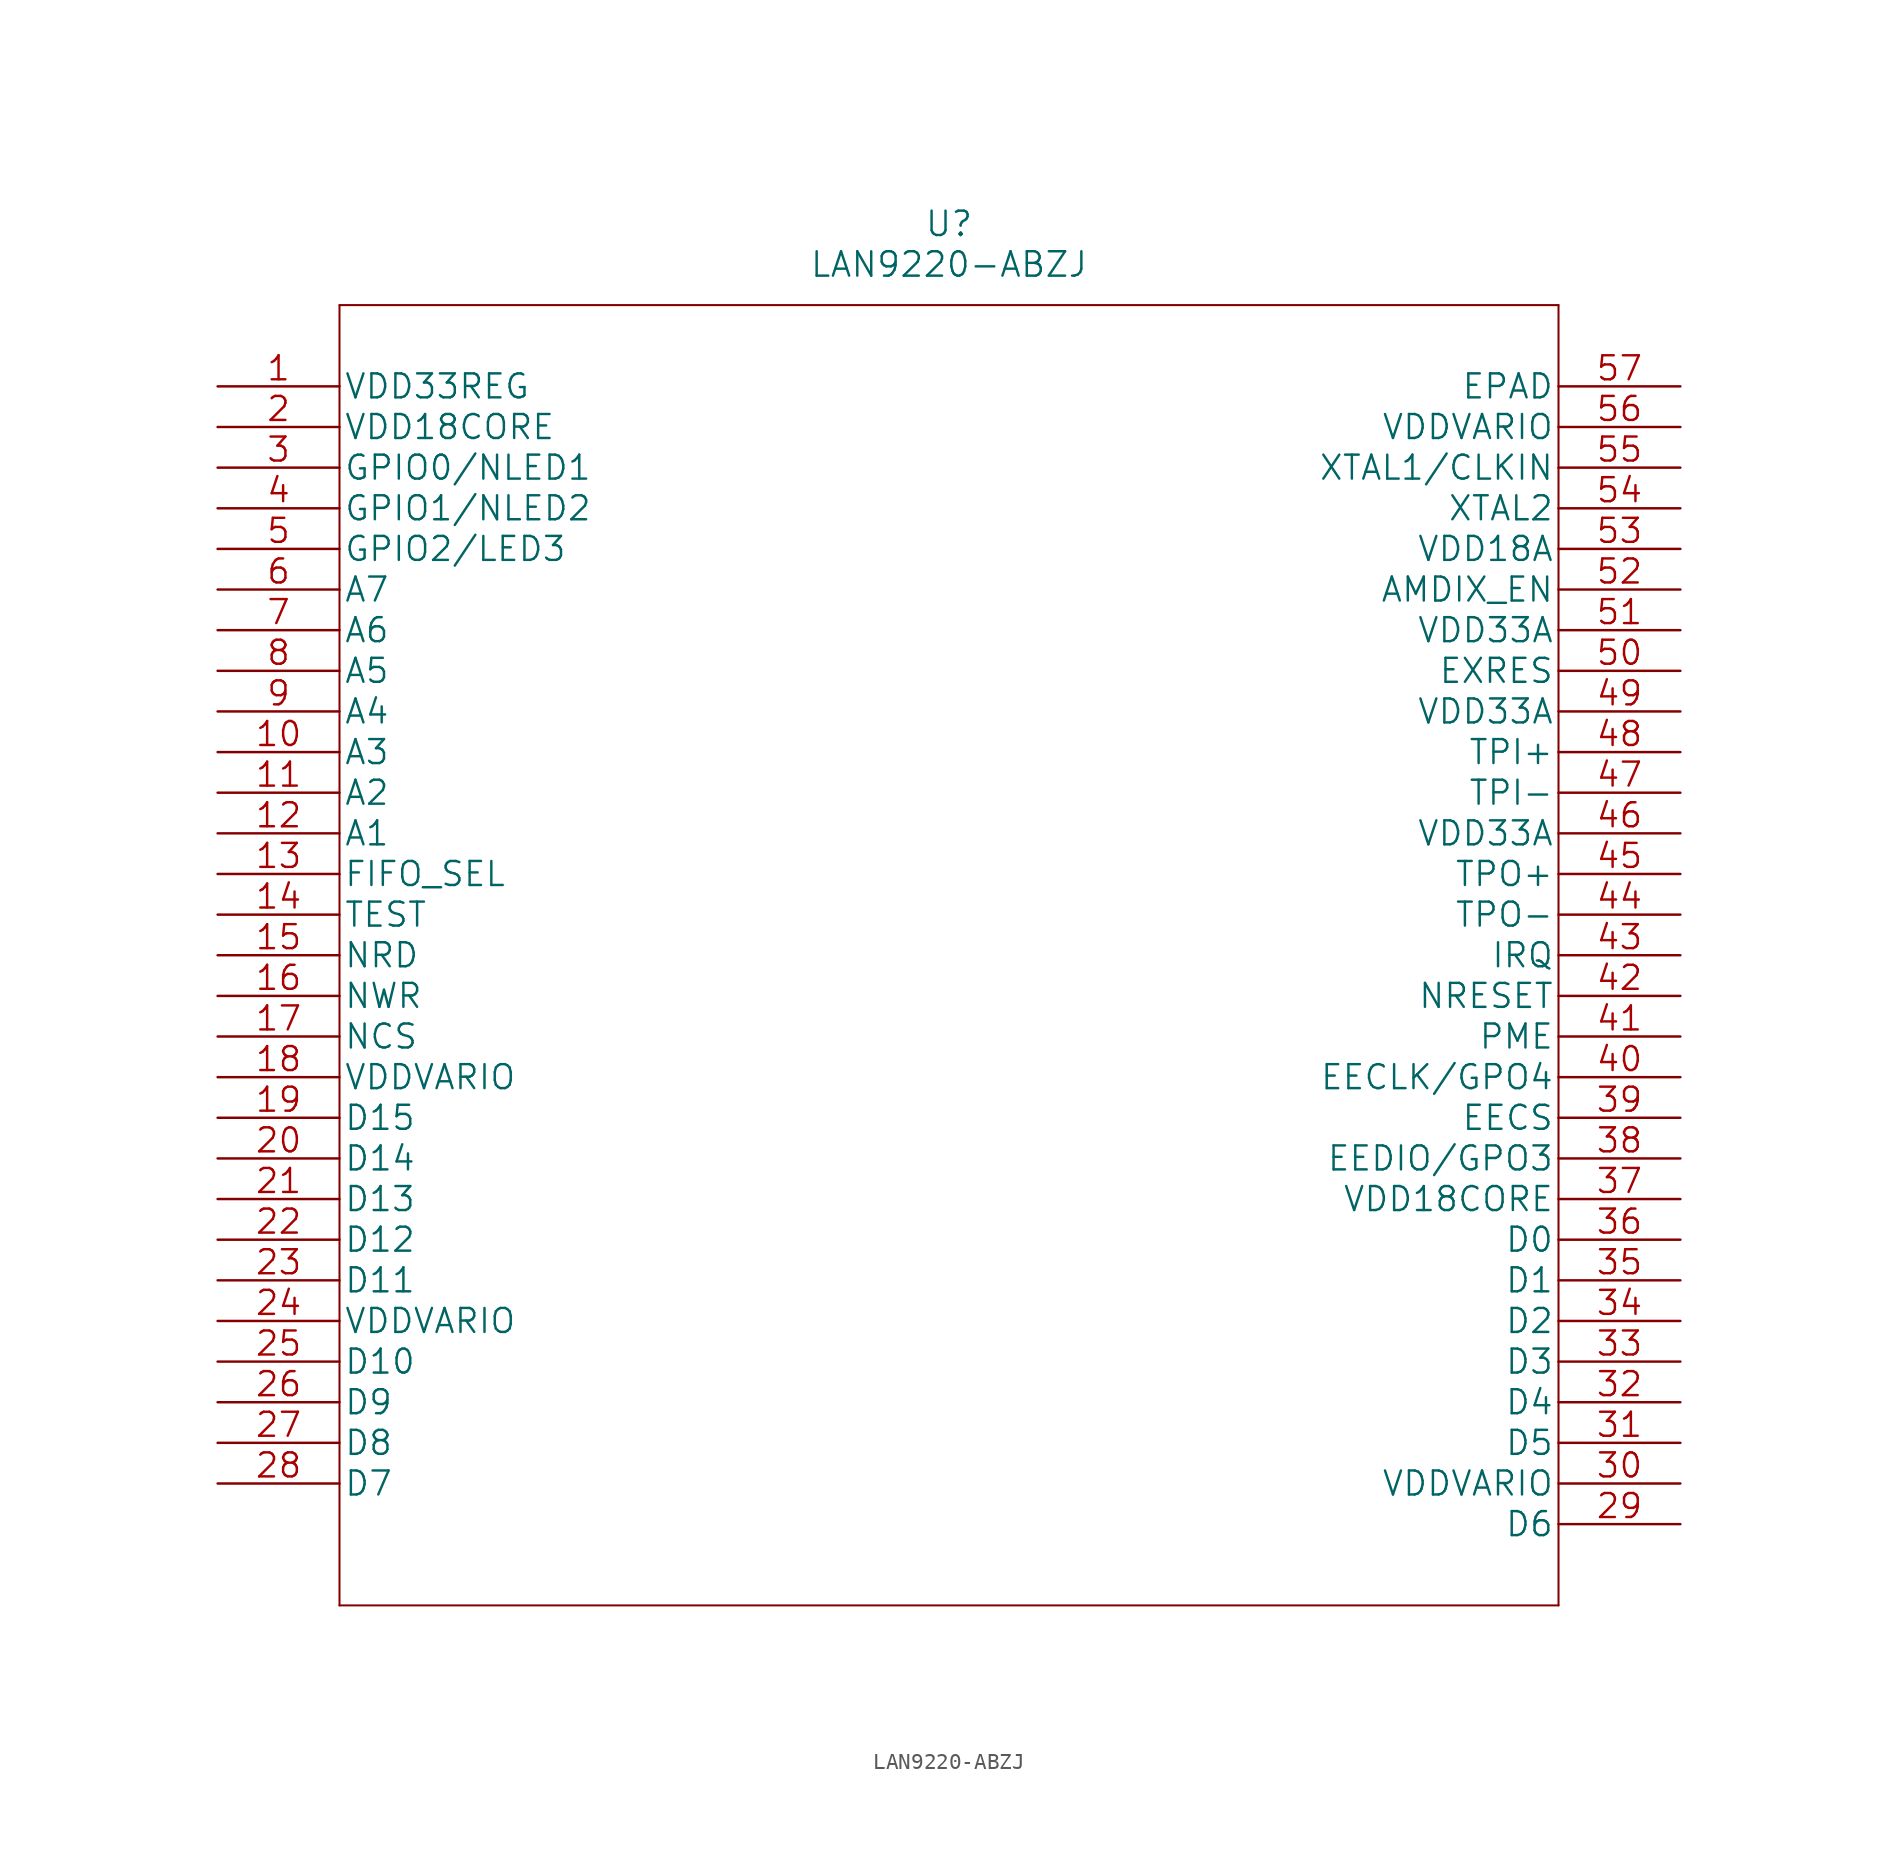
<source format=kicad_sym>
(kicad_symbol_lib
  (version 20220914)
  (generator kicad_symbol_editor)
  (symbol "LAN9220-ABZJ"
    (pin_names
      (offset 0.254))
    (property "Reference" "U"
      (at 45.72 10.16 0)
      (effects (font (size 1.524 1.524))))
    (property "Value" "LAN9220-ABZJ"
      (at 45.72 7.62 0)
      (effects (font (size 1.524 1.524))))
    (property "Datasheet" ""
      (at 0 0 0)
      (effects (font (size 1.524 1.524))))
    (property "ki_locked" ""
      (at 0 0 0)
      (effects (font (size 1.27 1.27))))
    (symbol "LAN9220-ABZJ_1_1"
      (polyline (pts (xy 7.62 -76.2) (xy 83.82 -76.2)) (stroke (width 0.127) (type solid)) (fill (type none)))
      (polyline (pts (xy 7.62 5.08) (xy 7.62 -76.2)) (stroke (width 0.127) (type solid)) (fill (type none)))
      (polyline (pts (xy 83.82 -76.2) (xy 83.82 5.08)) (stroke (width 0.127) (type solid)) (fill (type none)))
      (polyline (pts (xy 83.82 5.08) (xy 7.62 5.08)) (stroke (width 0.127) (type solid)) (fill (type none)))
      (pin power_in line (at 0 0 0) (length 7.62) (name "VDD33REG" (effects (font (size 1.499 1.499)))) (number "1" (effects (font (size 1.499 1.499)))))
      (pin input line (at 0 -22.86 0) (length 7.62) (name "A3" (effects (font (size 1.499 1.499)))) (number "10" (effects (font (size 1.499 1.499)))))
      (pin input line (at 0 -25.4 0) (length 7.62) (name "A2" (effects (font (size 1.499 1.499)))) (number "11" (effects (font (size 1.499 1.499)))))
      (pin input line (at 0 -27.94 0) (length 7.62) (name "A1" (effects (font (size 1.499 1.499)))) (number "12" (effects (font (size 1.499 1.499)))))
      (pin input line (at 0 -30.48 0) (length 7.62) (name "FIFO_SEL" (effects (font (size 1.499 1.499)))) (number "13" (effects (font (size 1.499 1.499)))))
      (pin input line (at 0 -33.02 0) (length 7.62) (name "TEST" (effects (font (size 1.499 1.499)))) (number "14" (effects (font (size 1.499 1.499)))))
      (pin input line (at 0 -35.56 0) (length 7.62) (name "NRD" (effects (font (size 1.499 1.499)))) (number "15" (effects (font (size 1.499 1.499)))))
      (pin input line (at 0 -38.1 0) (length 7.62) (name "NWR" (effects (font (size 1.499 1.499)))) (number "16" (effects (font (size 1.499 1.499)))))
      (pin input line (at 0 -40.64 0) (length 7.62) (name "NCS" (effects (font (size 1.499 1.499)))) (number "17" (effects (font (size 1.499 1.499)))))
      (pin power_in line (at 0 -43.18 0) (length 7.62) (name "VDDVARIO" (effects (font (size 1.499 1.499)))) (number "18" (effects (font (size 1.499 1.499)))))
      (pin bidirectional line (at 0 -45.72 0) (length 7.62) (name "D15" (effects (font (size 1.499 1.499)))) (number "19" (effects (font (size 1.499 1.499)))))
      (pin power_in line (at 0 -2.54 0) (length 7.62) (name "VDD18CORE" (effects (font (size 1.499 1.499)))) (number "2" (effects (font (size 1.499 1.499)))))
      (pin bidirectional line (at 0 -48.26 0) (length 7.62) (name "D14" (effects (font (size 1.499 1.499)))) (number "20" (effects (font (size 1.499 1.499)))))
      (pin bidirectional line (at 0 -50.8 0) (length 7.62) (name "D13" (effects (font (size 1.499 1.499)))) (number "21" (effects (font (size 1.499 1.499)))))
      (pin bidirectional line (at 0 -53.34 0) (length 7.62) (name "D12" (effects (font (size 1.499 1.499)))) (number "22" (effects (font (size 1.499 1.499)))))
      (pin bidirectional line (at 0 -55.88 0) (length 7.62) (name "D11" (effects (font (size 1.499 1.499)))) (number "23" (effects (font (size 1.499 1.499)))))
      (pin power_in line (at 0 -58.42 0) (length 7.62) (name "VDDVARIO" (effects (font (size 1.499 1.499)))) (number "24" (effects (font (size 1.499 1.499)))))
      (pin bidirectional line (at 0 -60.96 0) (length 7.62) (name "D10" (effects (font (size 1.499 1.499)))) (number "25" (effects (font (size 1.499 1.499)))))
      (pin bidirectional line (at 0 -63.5 0) (length 7.62) (name "D9" (effects (font (size 1.499 1.499)))) (number "26" (effects (font (size 1.499 1.499)))))
      (pin bidirectional line (at 0 -66.04 0) (length 7.62) (name "D8" (effects (font (size 1.499 1.499)))) (number "27" (effects (font (size 1.499 1.499)))))
      (pin bidirectional line (at 0 -68.58 0) (length 7.62) (name "D7" (effects (font (size 1.499 1.499)))) (number "28" (effects (font (size 1.499 1.499)))))
      (pin bidirectional line (at 91.44 -71.12 180) (length 7.62) (name "D6" (effects (font (size 1.499 1.499)))) (number "29" (effects (font (size 1.499 1.499)))))
      (pin bidirectional line (at 0 -5.08 0) (length 7.62) (name "GPIO0/NLED1" (effects (font (size 1.499 1.499)))) (number "3" (effects (font (size 1.499 1.499)))))
      (pin power_in line (at 91.44 -68.58 180) (length 7.62) (name "VDDVARIO" (effects (font (size 1.499 1.499)))) (number "30" (effects (font (size 1.499 1.499)))))
      (pin bidirectional line (at 91.44 -66.04 180) (length 7.62) (name "D5" (effects (font (size 1.499 1.499)))) (number "31" (effects (font (size 1.499 1.499)))))
      (pin bidirectional line (at 91.44 -63.5 180) (length 7.62) (name "D4" (effects (font (size 1.499 1.499)))) (number "32" (effects (font (size 1.499 1.499)))))
      (pin bidirectional line (at 91.44 -60.96 180) (length 7.62) (name "D3" (effects (font (size 1.499 1.499)))) (number "33" (effects (font (size 1.499 1.499)))))
      (pin bidirectional line (at 91.44 -58.42 180) (length 7.62) (name "D2" (effects (font (size 1.499 1.499)))) (number "34" (effects (font (size 1.499 1.499)))))
      (pin bidirectional line (at 91.44 -55.88 180) (length 7.62) (name "D1" (effects (font (size 1.499 1.499)))) (number "35" (effects (font (size 1.499 1.499)))))
      (pin bidirectional line (at 91.44 -53.34 180) (length 7.62) (name "D0" (effects (font (size 1.499 1.499)))) (number "36" (effects (font (size 1.499 1.499)))))
      (pin power_in line (at 91.44 -50.8 180) (length 7.62) (name "VDD18CORE" (effects (font (size 1.499 1.499)))) (number "37" (effects (font (size 1.499 1.499)))))
      (pin bidirectional line (at 91.44 -48.26 180) (length 7.62) (name "EEDIO/GPO3" (effects (font (size 1.499 1.499)))) (number "38" (effects (font (size 1.499 1.499)))))
      (pin output line (at 91.44 -45.72 180) (length 7.62) (name "EECS" (effects (font (size 1.499 1.499)))) (number "39" (effects (font (size 1.499 1.499)))))
      (pin bidirectional line (at 0 -7.62 0) (length 7.62) (name "GPIO1/NLED2" (effects (font (size 1.499 1.499)))) (number "4" (effects (font (size 1.499 1.499)))))
      (pin bidirectional line (at 91.44 -43.18 180) (length 7.62) (name "EECLK/GPO4" (effects (font (size 1.499 1.499)))) (number "40" (effects (font (size 1.499 1.499)))))
      (pin output line (at 91.44 -40.64 180) (length 7.62) (name "PME" (effects (font (size 1.499 1.499)))) (number "41" (effects (font (size 1.499 1.499)))))
      (pin input line (at 91.44 -38.1 180) (length 7.62) (name "NRESET" (effects (font (size 1.499 1.499)))) (number "42" (effects (font (size 1.499 1.499)))))
      (pin output line (at 91.44 -35.56 180) (length 7.62) (name "IRQ" (effects (font (size 1.499 1.499)))) (number "43" (effects (font (size 1.499 1.499)))))
      (pin output line (at 91.44 -33.02 180) (length 7.62) (name "TPO-" (effects (font (size 1.499 1.499)))) (number "44" (effects (font (size 1.499 1.499)))))
      (pin output line (at 91.44 -30.48 180) (length 7.62) (name "TPO+" (effects (font (size 1.499 1.499)))) (number "45" (effects (font (size 1.499 1.499)))))
      (pin power_in line (at 91.44 -27.94 180) (length 7.62) (name "VDD33A" (effects (font (size 1.499 1.499)))) (number "46" (effects (font (size 1.499 1.499)))))
      (pin input line (at 91.44 -25.4 180) (length 7.62) (name "TPI-" (effects (font (size 1.499 1.499)))) (number "47" (effects (font (size 1.499 1.499)))))
      (pin input line (at 91.44 -22.86 180) (length 7.62) (name "TPI+" (effects (font (size 1.499 1.499)))) (number "48" (effects (font (size 1.499 1.499)))))
      (pin power_in line (at 91.44 -20.32 180) (length 7.62) (name "VDD33A" (effects (font (size 1.499 1.499)))) (number "49" (effects (font (size 1.499 1.499)))))
      (pin bidirectional line (at 0 -10.16 0) (length 7.62) (name "GPIO2/LED3" (effects (font (size 1.499 1.499)))) (number "5" (effects (font (size 1.499 1.499)))))
      (pin input line (at 91.44 -17.78 180) (length 7.62) (name "EXRES" (effects (font (size 1.499 1.499)))) (number "50" (effects (font (size 1.499 1.499)))))
      (pin power_in line (at 91.44 -15.24 180) (length 7.62) (name "VDD33A" (effects (font (size 1.499 1.499)))) (number "51" (effects (font (size 1.499 1.499)))))
      (pin input line (at 91.44 -12.7 180) (length 7.62) (name "AMDIX_EN" (effects (font (size 1.499 1.499)))) (number "52" (effects (font (size 1.499 1.499)))))
      (pin power_in line (at 91.44 -10.16 180) (length 7.62) (name "VDD18A" (effects (font (size 1.499 1.499)))) (number "53" (effects (font (size 1.499 1.499)))))
      (pin output line (at 91.44 -7.62 180) (length 7.62) (name "XTAL2" (effects (font (size 1.499 1.499)))) (number "54" (effects (font (size 1.499 1.499)))))
      (pin input line (at 91.44 -5.08 180) (length 7.62) (name "XTAL1/CLKIN" (effects (font (size 1.499 1.499)))) (number "55" (effects (font (size 1.499 1.499)))))
      (pin power_in line (at 91.44 -2.54 180) (length 7.62) (name "VDDVARIO" (effects (font (size 1.499 1.499)))) (number "56" (effects (font (size 1.499 1.499)))))
      (pin unspecified line (at 91.44 0 180) (length 7.62) (name "EPAD" (effects (font (size 1.499 1.499)))) (number "57" (effects (font (size 1.499 1.499)))))
      (pin input line (at 0 -12.7 0) (length 7.62) (name "A7" (effects (font (size 1.499 1.499)))) (number "6" (effects (font (size 1.499 1.499)))))
      (pin input line (at 0 -15.24 0) (length 7.62) (name "A6" (effects (font (size 1.499 1.499)))) (number "7" (effects (font (size 1.499 1.499)))))
      (pin input line (at 0 -17.78 0) (length 7.62) (name "A5" (effects (font (size 1.499 1.499)))) (number "8" (effects (font (size 1.499 1.499)))))
      (pin input line (at 0 -20.32 0) (length 7.62) (name "A4" (effects (font (size 1.499 1.499)))) (number "9" (effects (font (size 1.499 1.499))))))))
</source>
